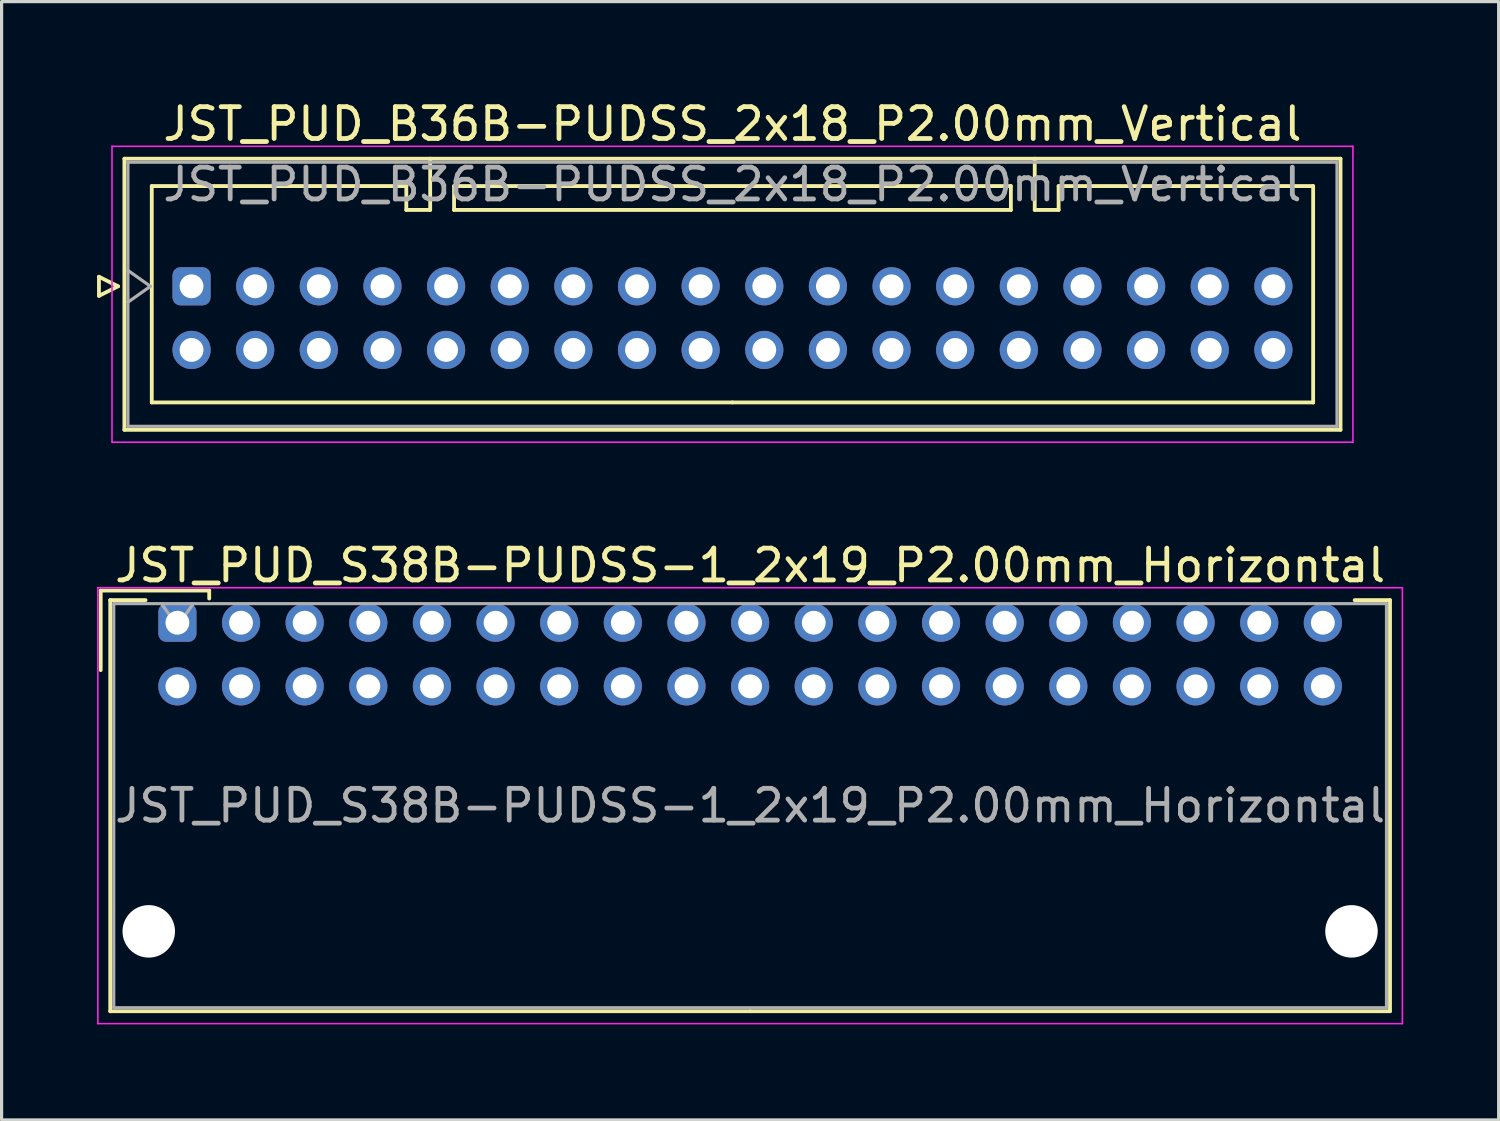
<source format=kicad_pcb>
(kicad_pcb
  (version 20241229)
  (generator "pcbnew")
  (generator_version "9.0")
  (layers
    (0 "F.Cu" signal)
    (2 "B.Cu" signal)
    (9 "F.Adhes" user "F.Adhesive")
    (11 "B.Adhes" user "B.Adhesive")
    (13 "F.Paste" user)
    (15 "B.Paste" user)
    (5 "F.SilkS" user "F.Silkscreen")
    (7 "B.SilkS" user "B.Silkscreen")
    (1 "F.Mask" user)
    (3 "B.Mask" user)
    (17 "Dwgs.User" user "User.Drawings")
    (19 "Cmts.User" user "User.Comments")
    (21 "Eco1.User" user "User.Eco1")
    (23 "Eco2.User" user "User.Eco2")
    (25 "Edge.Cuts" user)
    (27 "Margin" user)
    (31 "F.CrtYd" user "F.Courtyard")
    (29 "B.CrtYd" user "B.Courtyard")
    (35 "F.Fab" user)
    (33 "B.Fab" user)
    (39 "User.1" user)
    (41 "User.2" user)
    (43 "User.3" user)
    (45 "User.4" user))
  (footprint "JST_PUD_S38B-PUDSS-1_2x19_P2.00mm_Horizontal"
    (layer "F.Cu")
    (at 2.525 16.521)
    (property "Reference" "JST_PUD_S38B-PUDSS-1_2x19_P2.00mm_Horizontal" (at 18 -1.8 0) (layer "F.SilkS") (effects (font (size 1 1) (thickness 0.15))))
    (attr through_hole)
    (fp_line (start -2.41 -1.01) (end -2.41 1.49) (stroke (width 0.12) (type solid)) (layer "F.SilkS"))
    (fp_line (start -2.11 -0.71) (end -2.11 12.21) (stroke (width 0.12) (type solid)) (layer "F.SilkS"))
    (fp_line (start -2.11 12.21) (end 18 12.21) (stroke (width 0.12) (type solid)) (layer "F.SilkS"))
    (fp_line (start -1 -0.71) (end -2.11 -0.71) (stroke (width 0.12) (type solid)) (layer "F.SilkS"))
    (fp_line (start 1 -1.01) (end -2.41 -1.01) (stroke (width 0.12) (type solid)) (layer "F.SilkS"))
    (fp_line (start 1 -0.76) (end 1 -1.01) (stroke (width 0.12) (type solid)) (layer "F.SilkS"))
    (fp_line (start 37 -0.71) (end 38.11 -0.71) (stroke (width 0.12) (type solid)) (layer "F.SilkS"))
    (fp_line (start 38.11 -0.71) (end 38.11 12.21) (stroke (width 0.12) (type solid)) (layer "F.SilkS"))
    (fp_line (start 38.11 12.21) (end 18 12.21) (stroke (width 0.12) (type solid)) (layer "F.SilkS"))
    (fp_line (start -2.5 -1.1) (end -2.5 12.6) (stroke (width 0.05) (type solid)) (layer "F.CrtYd"))
    (fp_line (start -2.5 12.6) (end 38.5 12.6) (stroke (width 0.05) (type solid)) (layer "F.CrtYd"))
    (fp_line (start 38.5 -1.1) (end -2.5 -1.1) (stroke (width 0.05) (type solid)) (layer "F.CrtYd"))
    (fp_line (start 38.5 12.6) (end 38.5 -1.1) (stroke (width 0.05) (type solid)) (layer "F.CrtYd"))
    (fp_line (start -2 -0.6) (end -2 12.1) (stroke (width 0.1) (type solid)) (layer "F.Fab"))
    (fp_line (start -2 12.1) (end 38 12.1) (stroke (width 0.1) (type solid)) (layer "F.Fab"))
    (fp_line (start 0 0.107) (end -0.5 -0.6) (stroke (width 0.1) (type solid)) (layer "F.Fab"))
    (fp_line (start 0.5 -0.6) (end 0 0.107) (stroke (width 0.1) (type solid)) (layer "F.Fab"))
    (fp_line (start 38 -0.6) (end -2 -0.6) (stroke (width 0.1) (type solid)) (layer "F.Fab"))
    (fp_line (start 38 12.1) (end 38 -0.6) (stroke (width 0.1) (type solid)) (layer "F.Fab"))
    (fp_text user "${REFERENCE}" (at 18 5.75 0) (layer "F.Fab") (effects (font (size 1 1) (thickness 0.15))))
    (pad "" np_thru_hole circle (at -0.9 9.7) (size 1.65 1.65) (drill 1.65) (layers "*.Cu" "*.Mask"))
    (pad "" np_thru_hole circle (at 36.9 9.7) (size 1.65 1.65) (drill 1.65) (layers "*.Cu" "*.Mask"))
    (pad "1" thru_hole roundrect (at 0 0) (size 1.2 1.2) (drill 0.75) (layers "*.Cu" "*.Mask") (roundrect_rratio 0.208))
    (pad "2" thru_hole circle (at 0 2) (size 1.2 1.2) (drill 0.75) (layers "*.Cu" "*.Mask"))
    (pad "3" thru_hole circle (at 2 0) (size 1.2 1.2) (drill 0.75) (layers "*.Cu" "*.Mask"))
    (pad "4" thru_hole circle (at 2 2) (size 1.2 1.2) (drill 0.75) (layers "*.Cu" "*.Mask"))
    (pad "5" thru_hole circle (at 4 0) (size 1.2 1.2) (drill 0.75) (layers "*.Cu" "*.Mask"))
    (pad "6" thru_hole circle (at 4 2) (size 1.2 1.2) (drill 0.75) (layers "*.Cu" "*.Mask"))
    (pad "7" thru_hole circle (at 6 0) (size 1.2 1.2) (drill 0.75) (layers "*.Cu" "*.Mask"))
    (pad "8" thru_hole circle (at 6 2) (size 1.2 1.2) (drill 0.75) (layers "*.Cu" "*.Mask"))
    (pad "9" thru_hole circle (at 8 0) (size 1.2 1.2) (drill 0.75) (layers "*.Cu" "*.Mask"))
    (pad "10" thru_hole circle (at 8 2) (size 1.2 1.2) (drill 0.75) (layers "*.Cu" "*.Mask"))
    (pad "11" thru_hole circle (at 10 0) (size 1.2 1.2) (drill 0.75) (layers "*.Cu" "*.Mask"))
    (pad "12" thru_hole circle (at 10 2) (size 1.2 1.2) (drill 0.75) (layers "*.Cu" "*.Mask"))
    (pad "13" thru_hole circle (at 12 0) (size 1.2 1.2) (drill 0.75) (layers "*.Cu" "*.Mask"))
    (pad "14" thru_hole circle (at 12 2) (size 1.2 1.2) (drill 0.75) (layers "*.Cu" "*.Mask"))
    (pad "15" thru_hole circle (at 14 0) (size 1.2 1.2) (drill 0.75) (layers "*.Cu" "*.Mask"))
    (pad "16" thru_hole circle (at 14 2) (size 1.2 1.2) (drill 0.75) (layers "*.Cu" "*.Mask"))
    (pad "17" thru_hole circle (at 16 0) (size 1.2 1.2) (drill 0.75) (layers "*.Cu" "*.Mask"))
    (pad "18" thru_hole circle (at 16 2) (size 1.2 1.2) (drill 0.75) (layers "*.Cu" "*.Mask"))
    (pad "19" thru_hole circle (at 18 0) (size 1.2 1.2) (drill 0.75) (layers "*.Cu" "*.Mask"))
    (pad "20" thru_hole circle (at 18 2) (size 1.2 1.2) (drill 0.75) (layers "*.Cu" "*.Mask"))
    (pad "21" thru_hole circle (at 20 0) (size 1.2 1.2) (drill 0.75) (layers "*.Cu" "*.Mask"))
    (pad "22" thru_hole circle (at 20 2) (size 1.2 1.2) (drill 0.75) (layers "*.Cu" "*.Mask"))
    (pad "23" thru_hole circle (at 22 0) (size 1.2 1.2) (drill 0.75) (layers "*.Cu" "*.Mask"))
    (pad "24" thru_hole circle (at 22 2) (size 1.2 1.2) (drill 0.75) (layers "*.Cu" "*.Mask"))
    (pad "25" thru_hole circle (at 24 0) (size 1.2 1.2) (drill 0.75) (layers "*.Cu" "*.Mask"))
    (pad "26" thru_hole circle (at 24 2) (size 1.2 1.2) (drill 0.75) (layers "*.Cu" "*.Mask"))
    (pad "27" thru_hole circle (at 26 0) (size 1.2 1.2) (drill 0.75) (layers "*.Cu" "*.Mask"))
    (pad "28" thru_hole circle (at 26 2) (size 1.2 1.2) (drill 0.75) (layers "*.Cu" "*.Mask"))
    (pad "29" thru_hole circle (at 28 0) (size 1.2 1.2) (drill 0.75) (layers "*.Cu" "*.Mask"))
    (pad "30" thru_hole circle (at 28 2) (size 1.2 1.2) (drill 0.75) (layers "*.Cu" "*.Mask"))
    (pad "31" thru_hole circle (at 30 0) (size 1.2 1.2) (drill 0.75) (layers "*.Cu" "*.Mask"))
    (pad "32" thru_hole circle (at 30 2) (size 1.2 1.2) (drill 0.75) (layers "*.Cu" "*.Mask"))
    (pad "33" thru_hole circle (at 32 0) (size 1.2 1.2) (drill 0.75) (layers "*.Cu" "*.Mask"))
    (pad "34" thru_hole circle (at 32 2) (size 1.2 1.2) (drill 0.75) (layers "*.Cu" "*.Mask"))
    (pad "35" thru_hole circle (at 34 0) (size 1.2 1.2) (drill 0.75) (layers "*.Cu" "*.Mask"))
    (pad "36" thru_hole circle (at 34 2) (size 1.2 1.2) (drill 0.75) (layers "*.Cu" "*.Mask"))
    (pad "37" thru_hole circle (at 36 0) (size 1.2 1.2) (drill 0.75) (layers "*.Cu" "*.Mask"))
    (pad "38" thru_hole circle (at 36 2) (size 1.2 1.2) (drill 0.75) (layers "*.Cu" "*.Mask")))
  (footprint "JST_PUD_B36B-PUDSS_2x18_P2.00mm_Vertical"
    (layer "F.Cu")
    (at 2.97 5.948)
    (property "Reference" "JST_PUD_B36B-PUDSS_2x18_P2.00mm_Vertical" (at 17 -5.1 0) (layer "F.SilkS") (effects (font (size 1 1) (thickness 0.15))))
    (attr through_hole)
    (fp_line (start -2.91 -0.3) (end -2.31 0) (stroke (width 0.12) (type solid)) (layer "F.SilkS"))
    (fp_line (start -2.91 0.3) (end -2.91 -0.3) (stroke (width 0.12) (type solid)) (layer "F.SilkS"))
    (fp_line (start -2.31 0) (end -2.91 0.3) (stroke (width 0.12) (type solid)) (layer "F.SilkS"))
    (fp_line (start -2.11 -4.01) (end -2.11 4.51) (stroke (width 0.12) (type solid)) (layer "F.SilkS"))
    (fp_line (start -2.11 4.51) (end 36.11 4.51) (stroke (width 0.12) (type solid)) (layer "F.SilkS"))
    (fp_line (start -1.25 -3.15) (end -1.25 3.65) (stroke (width 0.12) (type solid)) (layer "F.SilkS"))
    (fp_line (start -1.25 3.65) (end 17 3.65) (stroke (width 0.12) (type solid)) (layer "F.SilkS"))
    (fp_line (start 6.75 -3.15) (end -1.25 -3.15) (stroke (width 0.12) (type solid)) (layer "F.SilkS"))
    (fp_line (start 6.75 -2.4) (end 6.75 -3.15) (stroke (width 0.12) (type solid)) (layer "F.SilkS"))
    (fp_line (start 7.5 -4.01) (end 7.5 -2.4) (stroke (width 0.12) (type solid)) (layer "F.SilkS"))
    (fp_line (start 7.5 -2.4) (end 6.75 -2.4) (stroke (width 0.12) (type solid)) (layer "F.SilkS"))
    (fp_line (start 8.25 -3.15) (end 8.25 -2.4) (stroke (width 0.12) (type solid)) (layer "F.SilkS"))
    (fp_line (start 8.25 -2.4) (end 25.75 -2.4) (stroke (width 0.12) (type solid)) (layer "F.SilkS"))
    (fp_line (start 25.75 -3.15) (end 8.25 -3.15) (stroke (width 0.12) (type solid)) (layer "F.SilkS"))
    (fp_line (start 25.75 -2.4) (end 25.75 -3.15) (stroke (width 0.12) (type solid)) (layer "F.SilkS"))
    (fp_line (start 26.5 -4.01) (end 26.5 -2.4) (stroke (width 0.12) (type solid)) (layer "F.SilkS"))
    (fp_line (start 26.5 -2.4) (end 27.25 -2.4) (stroke (width 0.12) (type solid)) (layer "F.SilkS"))
    (fp_line (start 27.25 -3.15) (end 35.25 -3.15) (stroke (width 0.12) (type solid)) (layer "F.SilkS"))
    (fp_line (start 27.25 -2.4) (end 27.25 -3.15) (stroke (width 0.12) (type solid)) (layer "F.SilkS"))
    (fp_line (start 35.25 -3.15) (end 35.25 3.65) (stroke (width 0.12) (type solid)) (layer "F.SilkS"))
    (fp_line (start 35.25 3.65) (end 17 3.65) (stroke (width 0.12) (type solid)) (layer "F.SilkS"))
    (fp_line (start 36.11 -4.01) (end -2.11 -4.01) (stroke (width 0.12) (type solid)) (layer "F.SilkS"))
    (fp_line (start 36.11 4.51) (end 36.11 -4.01) (stroke (width 0.12) (type solid)) (layer "F.SilkS"))
    (fp_line (start -2.5 -4.4) (end -2.5 4.9) (stroke (width 0.05) (type solid)) (layer "F.CrtYd"))
    (fp_line (start -2.5 4.9) (end 36.5 4.9) (stroke (width 0.05) (type solid)) (layer "F.CrtYd"))
    (fp_line (start 36.5 -4.4) (end -2.5 -4.4) (stroke (width 0.05) (type solid)) (layer "F.CrtYd"))
    (fp_line (start 36.5 4.9) (end 36.5 -4.4) (stroke (width 0.05) (type solid)) (layer "F.CrtYd"))
    (fp_line (start -2 -3.9) (end -2 4.4) (stroke (width 0.1) (type solid)) (layer "F.Fab"))
    (fp_line (start -2 0.5) (end -1.293 0) (stroke (width 0.1) (type solid)) (layer "F.Fab"))
    (fp_line (start -2 4.4) (end 36 4.4) (stroke (width 0.1) (type solid)) (layer "F.Fab"))
    (fp_line (start -1.293 0) (end -2 -0.5) (stroke (width 0.1) (type solid)) (layer "F.Fab"))
    (fp_line (start 36 -3.9) (end -2 -3.9) (stroke (width 0.1) (type solid)) (layer "F.Fab"))
    (fp_line (start 36 4.4) (end 36 -3.9) (stroke (width 0.1) (type solid)) (layer "F.Fab"))
    (fp_text user "${REFERENCE}" (at 17 -3.2 0) (layer "F.Fab") (effects (font (size 1 1) (thickness 0.15))))
    (pad "1" thru_hole roundrect (at 0 0) (size 1.2 1.2) (drill 0.75) (layers "*.Cu" "*.Mask") (roundrect_rratio 0.208))
    (pad "2" thru_hole circle (at 0 2) (size 1.2 1.2) (drill 0.75) (layers "*.Cu" "*.Mask"))
    (pad "3" thru_hole circle (at 2 0) (size 1.2 1.2) (drill 0.75) (layers "*.Cu" "*.Mask"))
    (pad "4" thru_hole circle (at 2 2) (size 1.2 1.2) (drill 0.75) (layers "*.Cu" "*.Mask"))
    (pad "5" thru_hole circle (at 4 0) (size 1.2 1.2) (drill 0.75) (layers "*.Cu" "*.Mask"))
    (pad "6" thru_hole circle (at 4 2) (size 1.2 1.2) (drill 0.75) (layers "*.Cu" "*.Mask"))
    (pad "7" thru_hole circle (at 6 0) (size 1.2 1.2) (drill 0.75) (layers "*.Cu" "*.Mask"))
    (pad "8" thru_hole circle (at 6 2) (size 1.2 1.2) (drill 0.75) (layers "*.Cu" "*.Mask"))
    (pad "9" thru_hole circle (at 8 0) (size 1.2 1.2) (drill 0.75) (layers "*.Cu" "*.Mask"))
    (pad "10" thru_hole circle (at 8 2) (size 1.2 1.2) (drill 0.75) (layers "*.Cu" "*.Mask"))
    (pad "11" thru_hole circle (at 10 0) (size 1.2 1.2) (drill 0.75) (layers "*.Cu" "*.Mask"))
    (pad "12" thru_hole circle (at 10 2) (size 1.2 1.2) (drill 0.75) (layers "*.Cu" "*.Mask"))
    (pad "13" thru_hole circle (at 12 0) (size 1.2 1.2) (drill 0.75) (layers "*.Cu" "*.Mask"))
    (pad "14" thru_hole circle (at 12 2) (size 1.2 1.2) (drill 0.75) (layers "*.Cu" "*.Mask"))
    (pad "15" thru_hole circle (at 14 0) (size 1.2 1.2) (drill 0.75) (layers "*.Cu" "*.Mask"))
    (pad "16" thru_hole circle (at 14 2) (size 1.2 1.2) (drill 0.75) (layers "*.Cu" "*.Mask"))
    (pad "17" thru_hole circle (at 16 0) (size 1.2 1.2) (drill 0.75) (layers "*.Cu" "*.Mask"))
    (pad "18" thru_hole circle (at 16 2) (size 1.2 1.2) (drill 0.75) (layers "*.Cu" "*.Mask"))
    (pad "19" thru_hole circle (at 18 0) (size 1.2 1.2) (drill 0.75) (layers "*.Cu" "*.Mask"))
    (pad "20" thru_hole circle (at 18 2) (size 1.2 1.2) (drill 0.75) (layers "*.Cu" "*.Mask"))
    (pad "21" thru_hole circle (at 20 0) (size 1.2 1.2) (drill 0.75) (layers "*.Cu" "*.Mask"))
    (pad "22" thru_hole circle (at 20 2) (size 1.2 1.2) (drill 0.75) (layers "*.Cu" "*.Mask"))
    (pad "23" thru_hole circle (at 22 0) (size 1.2 1.2) (drill 0.75) (layers "*.Cu" "*.Mask"))
    (pad "24" thru_hole circle (at 22 2) (size 1.2 1.2) (drill 0.75) (layers "*.Cu" "*.Mask"))
    (pad "25" thru_hole circle (at 24 0) (size 1.2 1.2) (drill 0.75) (layers "*.Cu" "*.Mask"))
    (pad "26" thru_hole circle (at 24 2) (size 1.2 1.2) (drill 0.75) (layers "*.Cu" "*.Mask"))
    (pad "27" thru_hole circle (at 26 0) (size 1.2 1.2) (drill 0.75) (layers "*.Cu" "*.Mask"))
    (pad "28" thru_hole circle (at 26 2) (size 1.2 1.2) (drill 0.75) (layers "*.Cu" "*.Mask"))
    (pad "29" thru_hole circle (at 28 0) (size 1.2 1.2) (drill 0.75) (layers "*.Cu" "*.Mask"))
    (pad "30" thru_hole circle (at 28 2) (size 1.2 1.2) (drill 0.75) (layers "*.Cu" "*.Mask"))
    (pad "31" thru_hole circle (at 30 0) (size 1.2 1.2) (drill 0.75) (layers "*.Cu" "*.Mask"))
    (pad "32" thru_hole circle (at 30 2) (size 1.2 1.2) (drill 0.75) (layers "*.Cu" "*.Mask"))
    (pad "33" thru_hole circle (at 32 0) (size 1.2 1.2) (drill 0.75) (layers "*.Cu" "*.Mask"))
    (pad "34" thru_hole circle (at 32 2) (size 1.2 1.2) (drill 0.75) (layers "*.Cu" "*.Mask"))
    (pad "35" thru_hole circle (at 34 0) (size 1.2 1.2) (drill 0.75) (layers "*.Cu" "*.Mask"))
    (pad "36" thru_hole circle (at 34 2) (size 1.2 1.2) (drill 0.75) (layers "*.Cu" "*.Mask")))
  (gr_rect
    (start -3 -3)
    (end 44.05 32.147)
    (stroke (width 0.1) (type default))
    (fill no)
    (layer "Edge.Cuts")))
</source>
